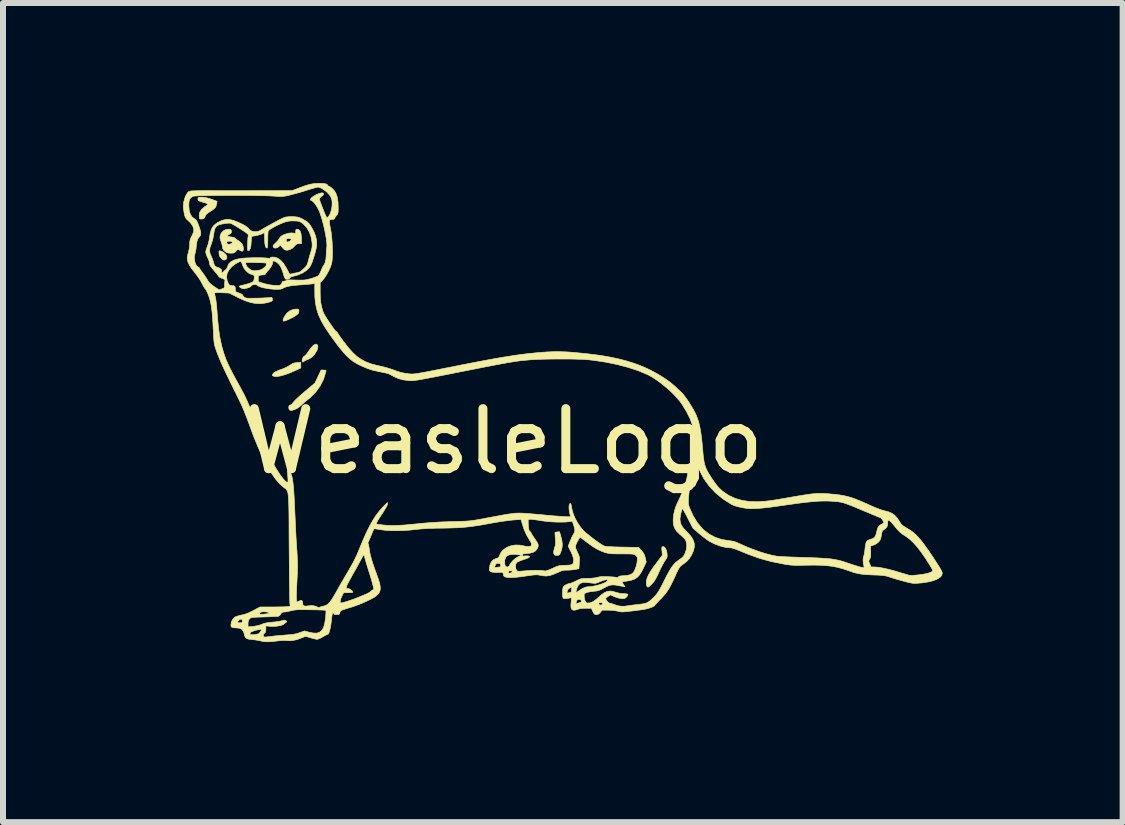
<source format=kicad_pcb>
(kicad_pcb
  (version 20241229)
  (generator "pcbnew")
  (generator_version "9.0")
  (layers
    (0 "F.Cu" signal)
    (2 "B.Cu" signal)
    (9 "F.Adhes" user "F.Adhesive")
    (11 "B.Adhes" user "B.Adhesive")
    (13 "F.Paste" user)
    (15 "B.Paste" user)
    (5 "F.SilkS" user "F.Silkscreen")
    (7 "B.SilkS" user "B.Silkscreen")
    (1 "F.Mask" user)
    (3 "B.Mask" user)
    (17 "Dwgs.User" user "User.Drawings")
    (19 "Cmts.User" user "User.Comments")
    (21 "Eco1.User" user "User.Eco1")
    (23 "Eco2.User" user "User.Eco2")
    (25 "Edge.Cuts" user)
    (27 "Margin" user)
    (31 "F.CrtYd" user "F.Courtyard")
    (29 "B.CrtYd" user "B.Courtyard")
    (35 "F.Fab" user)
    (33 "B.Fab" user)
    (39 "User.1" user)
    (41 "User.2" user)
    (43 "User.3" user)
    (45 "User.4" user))
  (footprint "WeasleLogo"
    (layer "F.Cu")
    (at 6.354 3.804)
    (property "Reference" "WeasleLogo" (at -1 0.5 0) (layer "F.SilkS") (effects (font (size 1 1) (thickness 0.15))))
    (attr through_hole)
    (fp_poly (pts (xy -5.706 -2.663) (xy -5.694 -2.656) (xy -5.659 -2.633) (xy -5.635 -2.604) (xy -5.623 -2.574) (xy -5.624 -2.548) (xy -5.64 -2.53) (xy -5.663 -2.521) (xy -5.682 -2.523) (xy -5.704 -2.538) (xy -5.716 -2.548) (xy -5.74 -2.576) (xy -5.752 -2.609) (xy -5.754 -2.628) (xy -5.756 -2.659) (xy -5.751 -2.674) (xy -5.736 -2.675) (xy -5.706 -2.663)) (stroke (width 0.01) (type solid)) (fill yes) (layer "F.SilkS"))
    (fp_poly (pts (xy -4.442 -1.703) (xy -4.428 -1.698) (xy -4.424 -1.684) (xy -4.424 -1.668) (xy -4.426 -1.647) (xy -4.434 -1.631) (xy -4.452 -1.614) (xy -4.484 -1.591) (xy -4.487 -1.589) (xy -4.525 -1.566) (xy -4.569 -1.544) (xy -4.612 -1.524) (xy -4.65 -1.509) (xy -4.676 -1.503) (xy -4.678 -1.503) (xy -4.687 -1.512) (xy -4.688 -1.521) (xy -4.682 -1.545) (xy -4.665 -1.578) (xy -4.642 -1.613) (xy -4.621 -1.639) (xy -4.576 -1.674) (xy -4.521 -1.697) (xy -4.472 -1.704) (xy -4.442 -1.703)) (stroke (width 0.01) (type solid)) (fill yes) (layer "F.SilkS"))
    (fp_poly (pts (xy -4.116 -1.108) (xy -4.108 -1.082) (xy -4.111 -1.049) (xy -4.123 -1.014) (xy -4.162 -0.951) (xy -4.204 -0.904) (xy -4.249 -0.875) (xy -4.265 -0.869) (xy -4.3 -0.856) (xy -4.329 -0.84) (xy -4.335 -0.835) (xy -4.355 -0.821) (xy -4.366 -0.825) (xy -4.371 -0.851) (xy -4.364 -0.881) (xy -4.348 -0.908) (xy -4.334 -0.919) (xy -4.316 -0.933) (xy -4.291 -0.961) (xy -4.266 -0.996) (xy -4.26 -1.004) (xy -4.219 -1.062) (xy -4.183 -1.1) (xy -4.152 -1.118) (xy -4.133 -1.12) (xy -4.116 -1.108)) (stroke (width 0.01) (type solid)) (fill yes) (layer "F.SilkS"))
    (fp_poly (pts (xy -4.392 -0.723) (xy -4.495 -0.675) (xy -4.571 -0.642) (xy -4.643 -0.615) (xy -4.71 -0.595) (xy -4.767 -0.583) (xy -4.813 -0.579) (xy -4.843 -0.585) (xy -4.844 -0.585) (xy -4.861 -0.595) (xy -4.866 -0.598) (xy -4.865 -0.608) (xy -4.862 -0.617) (xy -4.843 -0.64) (xy -4.804 -0.664) (xy -4.745 -0.69) (xy -4.706 -0.703) (xy -4.658 -0.722) (xy -4.61 -0.746) (xy -4.572 -0.769) (xy -4.57 -0.77) (xy -4.532 -0.794) (xy -4.497 -0.807) (xy -4.455 -0.813) (xy -4.454 -0.813) (xy -4.392 -0.817) (xy -4.392 -0.723)) (stroke (width 0.01) (type solid)) (fill yes) (layer "F.SilkS"))
    (fp_poly (pts (xy -0.057 2.09) (xy -0.04 2.161) (xy -0.034 2.22) (xy -0.039 2.274) (xy -0.055 2.33) (xy -0.056 2.334) (xy -0.07 2.368) (xy -0.081 2.388) (xy -0.094 2.397) (xy -0.114 2.4) (xy -0.116 2.4) (xy -0.145 2.399) (xy -0.166 2.391) (xy -0.167 2.39) (xy -0.178 2.366) (xy -0.177 2.327) (xy -0.166 2.28) (xy -0.161 2.265) (xy -0.152 2.238) (xy -0.148 2.209) (xy -0.147 2.172) (xy -0.15 2.121) (xy -0.151 2.118) (xy -0.154 2.074) (xy -0.156 2.04) (xy -0.156 2.019) (xy -0.156 2.015) (xy -0.145 2.013) (xy -0.121 2.01) (xy -0.117 2.009) (xy -0.081 2.006) (xy -0.057 2.09)) (stroke (width 0.01) (type solid)) (fill yes) (layer "F.SilkS"))
    (fp_poly (pts (xy -3.984 -0.687) (xy -3.973 -0.681) (xy -3.973 -0.667) (xy -3.975 -0.659) (xy -4.012 -0.536) (xy -4.069 -0.423) (xy -4.144 -0.32) (xy -4.237 -0.227) (xy -4.28 -0.193) (xy -4.318 -0.163) (xy -4.354 -0.131) (xy -4.381 -0.105) (xy -4.418 -0.073) (xy -4.459 -0.046) (xy -4.501 -0.027) (xy -4.539 -0.016) (xy -4.568 -0.017) (xy -4.58 -0.023) (xy -4.59 -0.043) (xy -4.593 -0.066) (xy -4.589 -0.09) (xy -4.571 -0.104) (xy -4.561 -0.107) (xy -4.539 -0.118) (xy -4.53 -0.128) (xy -4.53 -0.128) (xy -4.521 -0.145) (xy -4.497 -0.173) (xy -4.458 -0.212) (xy -4.405 -0.261) (xy -4.339 -0.318) (xy -4.301 -0.35) (xy -4.157 -0.471) (xy -4.106 -0.579) (xy -4.054 -0.688) (xy -4.011 -0.688) (xy -3.984 -0.687)) (stroke (width 0.01) (type solid)) (fill yes) (layer "F.SilkS"))
    (fp_poly (pts (xy 1.671 2.264) (xy 1.691 2.293) (xy 1.706 2.339) (xy 1.711 2.375) (xy 1.713 2.408) (xy 1.71 2.432) (xy 1.698 2.456) (xy 1.678 2.485) (xy 1.658 2.517) (xy 1.633 2.562) (xy 1.606 2.614) (xy 1.586 2.657) (xy 1.555 2.725) (xy 1.529 2.776) (xy 1.506 2.816) (xy 1.484 2.847) (xy 1.459 2.875) (xy 1.441 2.892) (xy 1.415 2.916) (xy 1.399 2.927) (xy 1.391 2.929) (xy 1.383 2.924) (xy 1.378 2.919) (xy 1.371 2.902) (xy 1.366 2.871) (xy 1.365 2.852) (xy 1.369 2.813) (xy 1.381 2.771) (xy 1.403 2.723) (xy 1.436 2.667) (xy 1.481 2.6) (xy 1.532 2.531) (xy 1.632 2.397) (xy 1.626 2.326) (xy 1.623 2.288) (xy 1.624 2.267) (xy 1.629 2.257) (xy 1.64 2.254) (xy 1.646 2.254) (xy 1.671 2.264)) (stroke (width 0.01) (type solid)) (fill yes) (layer "F.SilkS"))
    (fp_poly (pts (xy -5.976 -3.562) (xy -5.926 -3.549) (xy -5.875 -3.532) (xy -5.787 -3.5) (xy -5.794 -3.458) (xy -5.802 -3.423) (xy -5.816 -3.396) (xy -5.841 -3.371) (xy -5.879 -3.344) (xy -5.903 -3.329) (xy -5.943 -3.303) (xy -5.967 -3.282) (xy -5.982 -3.26) (xy -5.986 -3.249) (xy -5.998 -3.223) (xy -6.017 -3.21) (xy -6.036 -3.206) (xy -6.065 -3.204) (xy -6.079 -3.212) (xy -6.08 -3.215) (xy -6.083 -3.235) (xy -6.085 -3.265) (xy -6.085 -3.27) (xy -6.075 -3.319) (xy -6.045 -3.365) (xy -5.996 -3.407) (xy -5.987 -3.413) (xy -5.96 -3.432) (xy -5.942 -3.447) (xy -5.937 -3.453) (xy -5.947 -3.459) (xy -5.971 -3.469) (xy -5.998 -3.477) (xy -6.047 -3.491) (xy -6.078 -3.502) (xy -6.096 -3.513) (xy -6.105 -3.525) (xy -6.107 -3.54) (xy -6.103 -3.559) (xy -6.089 -3.566) (xy -6.072 -3.568) (xy -6.023 -3.568) (xy -5.976 -3.562)) (stroke (width 0.01) (type solid)) (fill yes) (layer "F.SilkS"))
    (fp_poly (pts (xy -4.428 -3.03) (xy -4.404 -3.005) (xy -4.389 -2.964) (xy -4.382 -2.904) (xy -4.381 -2.872) (xy -4.381 -2.794) (xy -4.423 -2.794) (xy -4.452 -2.791) (xy -4.474 -2.778) (xy -4.492 -2.757) (xy -4.529 -2.72) (xy -4.573 -2.695) (xy -4.617 -2.684) (xy -4.653 -2.689) (xy -4.674 -2.702) (xy -4.697 -2.726) (xy -4.704 -2.734) (xy -4.732 -2.771) (xy -4.757 -2.745) (xy -4.785 -2.726) (xy -4.815 -2.72) (xy -4.839 -2.725) (xy -4.853 -2.742) (xy -4.853 -2.759) (xy -4.841 -2.778) (xy -4.816 -2.801) (xy -4.785 -2.833) (xy -4.768 -2.853) (xy -4.636 -2.853) (xy -4.631 -2.832) (xy -4.622 -2.823) (xy -4.602 -2.824) (xy -4.578 -2.834) (xy -4.558 -2.85) (xy -4.551 -2.863) (xy -4.558 -2.874) (xy -4.582 -2.878) (xy -4.593 -2.879) (xy -4.62 -2.877) (xy -4.633 -2.87) (xy -4.635 -2.855) (xy -4.636 -2.853) (xy -4.768 -2.853) (xy -4.756 -2.869) (xy -4.747 -2.883) (xy -4.729 -2.909) (xy -4.709 -2.926) (xy -4.68 -2.941) (xy -4.651 -2.952) (xy -4.596 -2.968) (xy -4.549 -2.973) (xy -4.529 -2.971) (xy -4.477 -2.966) (xy -4.477 -3.002) (xy -4.473 -3.028) (xy -4.462 -3.037) (xy -4.46 -3.037) (xy -4.428 -3.03)) (stroke (width 0.01) (type solid)) (fill yes) (layer "F.SilkS"))
    (fp_poly (pts (xy -5.587 -3.036) (xy -5.562 -3.031) (xy -5.551 -3.018) (xy -5.548 -3) (xy -5.549 -2.977) (xy -5.56 -2.962) (xy -5.583 -2.95) (xy -5.605 -2.936) (xy -5.615 -2.925) (xy -5.615 -2.922) (xy -5.602 -2.916) (xy -5.575 -2.909) (xy -5.551 -2.906) (xy -5.519 -2.9) (xy -5.498 -2.894) (xy -5.493 -2.89) (xy -5.484 -2.88) (xy -5.463 -2.864) (xy -5.441 -2.849) (xy -5.409 -2.827) (xy -5.382 -2.803) (xy -5.371 -2.791) (xy -5.356 -2.758) (xy -5.349 -2.722) (xy -5.349 -2.691) (xy -5.354 -2.678) (xy -5.363 -2.669) (xy -5.378 -2.67) (xy -5.404 -2.681) (xy -5.405 -2.682) (xy -5.445 -2.701) (xy -5.472 -2.668) (xy -5.491 -2.649) (xy -5.51 -2.639) (xy -5.538 -2.636) (xy -5.558 -2.635) (xy -5.598 -2.638) (xy -5.628 -2.647) (xy -5.654 -2.664) (xy -5.678 -2.686) (xy -5.691 -2.71) (xy -5.698 -2.745) (xy -5.699 -2.748) (xy -5.707 -2.789) (xy -5.716 -2.818) (xy -5.631 -2.818) (xy -5.624 -2.799) (xy -5.612 -2.788) (xy -5.595 -2.781) (xy -5.575 -2.785) (xy -5.562 -2.791) (xy -5.539 -2.803) (xy -5.525 -2.811) (xy -5.525 -2.812) (xy -5.526 -2.82) (xy -5.542 -2.828) (xy -5.568 -2.834) (xy -5.591 -2.836) (xy -5.62 -2.831) (xy -5.631 -2.818) (xy -5.716 -2.818) (xy -5.72 -2.83) (xy -5.726 -2.843) (xy -5.739 -2.889) (xy -5.734 -2.934) (xy -5.714 -2.976) (xy -5.681 -3.009) (xy -5.638 -3.03) (xy -5.589 -3.036) (xy -5.587 -3.036)) (stroke (width 0.01) (type solid)) (fill yes) (layer "F.SilkS"))
    (fp_poly (pts (xy -4.021 -3.797) (xy -3.977 -3.791) (xy -3.953 -3.781) (xy -3.948 -3.772) (xy -3.939 -3.758) (xy -3.926 -3.752) (xy -3.895 -3.735) (xy -3.861 -3.706) (xy -3.83 -3.672) (xy -3.811 -3.642) (xy -3.786 -3.574) (xy -3.772 -3.489) (xy -3.768 -3.394) (xy -3.769 -3.347) (xy -3.771 -3.316) (xy -3.776 -3.295) (xy -3.786 -3.277) (xy -3.8 -3.26) (xy -3.819 -3.235) (xy -3.83 -3.215) (xy -3.831 -3.21) (xy -3.841 -3.2) (xy -3.866 -3.196) (xy -3.891 -3.195) (xy -3.907 -3.19) (xy -3.916 -3.179) (xy -3.917 -3.157) (xy -3.912 -3.121) (xy -3.902 -3.069) (xy -3.899 -3.053) (xy -3.886 -2.983) (xy -3.877 -2.903) (xy -3.87 -2.818) (xy -3.866 -2.731) (xy -3.864 -2.647) (xy -3.866 -2.571) (xy -3.871 -2.507) (xy -3.879 -2.463) (xy -3.896 -2.411) (xy -3.922 -2.352) (xy -3.954 -2.292) (xy -3.988 -2.237) (xy -4.02 -2.194) (xy -4.03 -2.183) (xy -4.069 -2.144) (xy -4.069 -1.99) (xy -4.068 -1.919) (xy -4.065 -1.863) (xy -4.06 -1.815) (xy -4.051 -1.768) (xy -4.044 -1.736) (xy -4.033 -1.697) (xy -4.023 -1.665) (xy -4.01 -1.634) (xy -3.992 -1.6) (xy -3.967 -1.559) (xy -3.933 -1.507) (xy -3.918 -1.485) (xy -3.884 -1.435) (xy -3.854 -1.392) (xy -3.829 -1.359) (xy -3.812 -1.339) (xy -3.805 -1.333) (xy -3.791 -1.325) (xy -3.781 -1.31) (xy -3.771 -1.293) (xy -3.751 -1.263) (xy -3.723 -1.224) (xy -3.69 -1.178) (xy -3.673 -1.155) (xy -3.597 -1.058) (xy -3.526 -0.979) (xy -3.457 -0.915) (xy -3.384 -0.864) (xy -3.307 -0.824) (xy -3.22 -0.791) (xy -3.12 -0.765) (xy -3.083 -0.757) (xy -3.021 -0.743) (xy -2.955 -0.725) (xy -2.894 -0.706) (xy -2.861 -0.695) (xy -2.789 -0.668) (xy -2.727 -0.649) (xy -2.666 -0.636) (xy -2.598 -0.626) (xy -2.582 -0.625) (xy -2.565 -0.623) (xy -2.548 -0.622) (xy -2.528 -0.622) (xy -2.506 -0.624) (xy -2.477 -0.627) (xy -2.442 -0.632) (xy -2.398 -0.64) (xy -2.343 -0.649) (xy -2.276 -0.662) (xy -2.194 -0.678) (xy -2.097 -0.697) (xy -1.983 -0.72) (xy -1.873 -0.741) (xy -1.69 -0.778) (xy -1.526 -0.81) (xy -1.378 -0.838) (xy -1.245 -0.863) (xy -1.125 -0.884) (xy -1.016 -0.903) (xy -0.915 -0.919) (xy -0.821 -0.934) (xy -0.732 -0.946) (xy -0.646 -0.957) (xy -0.561 -0.966) (xy -0.474 -0.975) (xy -0.429 -0.979) (xy -0.3 -0.989) (xy -0.182 -0.994) (xy -0.069 -0.994) (xy 0.049 -0.99) (xy 0.179 -0.98) (xy 0.185 -0.979) (xy 0.361 -0.962) (xy 0.518 -0.943) (xy 0.661 -0.922) (xy 0.793 -0.898) (xy 0.916 -0.871) (xy 1.034 -0.84) (xy 1.15 -0.804) (xy 1.196 -0.788) (xy 1.315 -0.742) (xy 1.434 -0.687) (xy 1.55 -0.624) (xy 1.66 -0.557) (xy 1.758 -0.488) (xy 1.842 -0.418) (xy 1.889 -0.372) (xy 1.903 -0.359) (xy 1.927 -0.338) (xy 1.938 -0.328) (xy 1.967 -0.3) (xy 2.002 -0.255) (xy 2.043 -0.199) (xy 2.086 -0.134) (xy 2.129 -0.064) (xy 2.157 -0.016) (xy 2.189 0.046) (xy 2.216 0.112) (xy 2.239 0.183) (xy 2.258 0.264) (xy 2.274 0.357) (xy 2.288 0.465) (xy 2.301 0.591) (xy 2.302 0.609) (xy 2.31 0.7) (xy 2.318 0.774) (xy 2.327 0.835) (xy 2.338 0.885) (xy 2.352 0.93) (xy 2.37 0.973) (xy 2.394 1.018) (xy 2.425 1.068) (xy 2.452 1.11) (xy 2.5 1.181) (xy 2.543 1.238) (xy 2.584 1.284) (xy 2.628 1.323) (xy 2.646 1.338) (xy 2.741 1.402) (xy 2.845 1.45) (xy 2.96 1.484) (xy 3.086 1.502) (xy 3.225 1.506) (xy 3.377 1.495) (xy 3.498 1.478) (xy 3.566 1.467) (xy 3.647 1.453) (xy 3.734 1.438) (xy 3.82 1.423) (xy 3.879 1.413) (xy 3.98 1.396) (xy 4.066 1.383) (xy 4.139 1.374) (xy 4.204 1.369) (xy 4.266 1.368) (xy 4.329 1.369) (xy 4.396 1.373) (xy 4.419 1.375) (xy 4.509 1.384) (xy 4.587 1.393) (xy 4.657 1.405) (xy 4.722 1.42) (xy 4.788 1.439) (xy 4.857 1.464) (xy 4.935 1.496) (xy 5.025 1.535) (xy 5.089 1.564) (xy 5.157 1.594) (xy 5.223 1.621) (xy 5.281 1.642) (xy 5.326 1.655) (xy 5.331 1.656) (xy 5.402 1.675) (xy 5.457 1.698) (xy 5.502 1.73) (xy 5.542 1.774) (xy 5.582 1.834) (xy 5.588 1.843) (xy 5.606 1.871) (xy 5.626 1.894) (xy 5.653 1.914) (xy 5.691 1.938) (xy 5.717 1.953) (xy 5.763 1.981) (xy 5.807 2.013) (xy 5.851 2.051) (xy 5.896 2.097) (xy 5.944 2.153) (xy 5.996 2.22) (xy 6.053 2.3) (xy 6.119 2.395) (xy 6.185 2.496) (xy 6.232 2.569) (xy 6.266 2.625) (xy 6.287 2.666) (xy 6.297 2.692) (xy 6.297 2.697) (xy 6.287 2.735) (xy 6.257 2.768) (xy 6.208 2.798) (xy 6.141 2.823) (xy 6.058 2.843) (xy 5.96 2.858) (xy 5.899 2.863) (xy 5.861 2.866) (xy 5.829 2.866) (xy 5.799 2.864) (xy 5.766 2.858) (xy 5.724 2.849) (xy 5.669 2.834) (xy 5.643 2.827) (xy 5.581 2.81) (xy 5.519 2.792) (xy 5.464 2.775) (xy 5.422 2.762) (xy 5.411 2.758) (xy 5.38 2.748) (xy 5.348 2.741) (xy 5.311 2.735) (xy 5.264 2.731) (xy 5.203 2.728) (xy 5.165 2.727) (xy 5.075 2.723) (xy 5.002 2.718) (xy 4.94 2.711) (xy 4.886 2.701) (xy 4.833 2.688) (xy 4.779 2.67) (xy 4.739 2.656) (xy 4.65 2.626) (xy 4.563 2.602) (xy 4.475 2.584) (xy 4.381 2.572) (xy 4.279 2.565) (xy 4.163 2.562) (xy 4.031 2.564) (xy 4.022 2.564) (xy 3.945 2.566) (xy 3.884 2.567) (xy 3.833 2.566) (xy 3.789 2.563) (xy 3.746 2.559) (xy 3.698 2.552) (xy 3.651 2.544) (xy 3.45 2.504) (xy 3.256 2.451) (xy 3.063 2.382) (xy 2.917 2.322) (xy 2.866 2.301) (xy 2.82 2.285) (xy 2.786 2.276) (xy 2.774 2.275) (xy 2.686 2.267) (xy 2.591 2.243) (xy 2.493 2.205) (xy 2.414 2.164) (xy 2.382 2.143) (xy 2.341 2.112) (xy 2.294 2.076) (xy 2.249 2.039) (xy 2.143 1.948) (xy 2.058 1.784) (xy 2.031 1.731) (xy 2.006 1.685) (xy 1.986 1.649) (xy 1.972 1.626) (xy 1.967 1.619) (xy 1.961 1.629) (xy 1.953 1.653) (xy 1.944 1.688) (xy 1.936 1.726) (xy 1.93 1.762) (xy 1.926 1.791) (xy 1.926 1.797) (xy 1.932 1.849) (xy 1.949 1.897) (xy 1.982 1.945) (xy 2.031 1.996) (xy 2.034 1.999) (xy 2.091 2.059) (xy 2.132 2.115) (xy 2.156 2.17) (xy 2.165 2.208) (xy 2.165 2.264) (xy 2.149 2.327) (xy 2.121 2.39) (xy 2.083 2.451) (xy 2.038 2.502) (xy 1.998 2.533) (xy 1.967 2.554) (xy 1.943 2.573) (xy 1.924 2.593) (xy 1.906 2.62) (xy 1.887 2.656) (xy 1.863 2.706) (xy 1.849 2.739) (xy 1.808 2.827) (xy 1.772 2.899) (xy 1.739 2.959) (xy 1.705 3.01) (xy 1.668 3.057) (xy 1.626 3.104) (xy 1.601 3.13) (xy 1.564 3.167) (xy 1.534 3.2) (xy 1.513 3.224) (xy 1.503 3.236) (xy 1.503 3.237) (xy 1.493 3.247) (xy 1.468 3.259) (xy 1.432 3.273) (xy 1.39 3.286) (xy 1.347 3.296) (xy 1.32 3.301) (xy 1.284 3.307) (xy 1.234 3.313) (xy 1.175 3.321) (xy 1.114 3.328) (xy 1.106 3.329) (xy 1.046 3.336) (xy 1.002 3.34) (xy 0.969 3.342) (xy 0.942 3.34) (xy 0.917 3.336) (xy 0.891 3.33) (xy 0.844 3.321) (xy 0.785 3.315) (xy 0.726 3.313) (xy 0.627 3.313) (xy 0.599 3.35) (xy 0.576 3.375) (xy 0.552 3.385) (xy 0.534 3.387) (xy 0.513 3.385) (xy 0.498 3.376) (xy 0.485 3.356) (xy 0.474 3.334) (xy 0.45 3.281) (xy 0.359 3.281) (xy 0.298 3.283) (xy 0.251 3.29) (xy 0.229 3.297) (xy 0.181 3.312) (xy 0.145 3.313) (xy 0.122 3.297) (xy 0.11 3.264) (xy 0.109 3.214) (xy 0.11 3.207) (xy 0.572 3.207) (xy 0.58 3.224) (xy 0.602 3.228) (xy 0.628 3.222) (xy 0.64 3.211) (xy 0.636 3.198) (xy 0.619 3.188) (xy 0.602 3.186) (xy 0.579 3.189) (xy 0.572 3.202) (xy 0.572 3.207) (xy 0.11 3.207) (xy 0.111 3.195) (xy 0.194 3.195) (xy 0.197 3.203) (xy 0.211 3.202) (xy 0.239 3.193) (xy 0.262 3.184) (xy 0.281 3.176) (xy 0.284 3.165) (xy 0.279 3.149) (xy 0.265 3.137) (xy 0.24 3.133) (xy 0.216 3.14) (xy 0.216 3.141) (xy 0.205 3.156) (xy 0.197 3.178) (xy 0.194 3.195) (xy 0.111 3.195) (xy 0.112 3.18) (xy 0.117 3.139) (xy 0.118 3.115) (xy 0.114 3.106) (xy 0.109 3.106) (xy 0.091 3.11) (xy 0.061 3.115) (xy 0.041 3.118) (xy 0.006 3.121) (xy -0.014 3.117) (xy -0.022 3.11) (xy -0.028 3.09) (xy -0.031 3.055) (xy -0.031 3.02) (xy 0.043 3.02) (xy 0.049 3.027) (xy 0.07 3.024) (xy 0.074 3.023) (xy 0.099 3.018) (xy 0.111 3.014) (xy 0.112 3.013) (xy 0.113 3.008) (xy 0.194 3.008) (xy 0.201 3.015) (xy 0.219 3.006) (xy 0.244 2.989) (xy 0.304 2.95) (xy 0.359 2.928) (xy 0.41 2.921) (xy 0.456 2.917) (xy 0.508 2.908) (xy 0.562 2.895) (xy 0.614 2.879) (xy 0.66 2.861) (xy 0.695 2.843) (xy 0.715 2.826) (xy 0.718 2.82) (xy 0.717 2.808) (xy 0.705 2.805) (xy 0.684 2.808) (xy 0.654 2.815) (xy 0.614 2.829) (xy 0.583 2.842) (xy 0.552 2.856) (xy 0.527 2.863) (xy 0.503 2.866) (xy 0.472 2.863) (xy 0.429 2.858) (xy 0.358 2.85) (xy 0.304 2.853) (xy 0.264 2.867) (xy 0.235 2.893) (xy 0.213 2.934) (xy 0.197 2.987) (xy 0.194 3.008) (xy 0.113 3.008) (xy 0.114 3.002) (xy 0.118 2.978) (xy 0.12 2.971) (xy 0.123 2.945) (xy 0.119 2.935) (xy 0.106 2.936) (xy 0.103 2.937) (xy 0.071 2.954) (xy 0.052 2.983) (xy 0.047 2.999) (xy 0.043 3.02) (xy -0.031 3.02) (xy -0.031 3.014) (xy -0.029 2.973) (xy -0.024 2.94) (xy -0.02 2.927) (xy -0.001 2.906) (xy 0.03 2.887) (xy 0.065 2.873) (xy 0.093 2.868) (xy 0.11 2.863) (xy 0.141 2.851) (xy 0.179 2.834) (xy 0.195 2.826) (xy 0.234 2.806) (xy 0.264 2.794) (xy 0.293 2.787) (xy 0.326 2.784) (xy 0.372 2.783) (xy 0.384 2.783) (xy 0.457 2.781) (xy 0.519 2.773) (xy 0.549 2.766) (xy 0.582 2.758) (xy 0.619 2.754) (xy 0.664 2.753) (xy 0.724 2.754) (xy 0.735 2.755) (xy 0.787 2.758) (xy 0.831 2.761) (xy 0.865 2.765) (xy 0.881 2.768) (xy 0.897 2.768) (xy 0.9 2.759) (xy 0.904 2.751) (xy 0.921 2.745) (xy 0.953 2.741) (xy 0.987 2.739) (xy 1.05 2.733) (xy 1.097 2.722) (xy 1.13 2.704) (xy 1.156 2.676) (xy 1.177 2.635) (xy 1.181 2.626) (xy 1.197 2.578) (xy 1.209 2.528) (xy 1.214 2.492) (xy 1.216 2.456) (xy 1.214 2.433) (xy 1.205 2.417) (xy 1.191 2.402) (xy 1.181 2.393) (xy 1.17 2.387) (xy 1.156 2.382) (xy 1.135 2.379) (xy 1.105 2.377) (xy 1.061 2.376) (xy 1.002 2.375) (xy 0.954 2.375) (xy 0.88 2.375) (xy 0.824 2.374) (xy 0.78 2.372) (xy 0.746 2.368) (xy 0.718 2.363) (xy 0.691 2.356) (xy 0.672 2.351) (xy 0.607 2.326) (xy 0.542 2.295) (xy 0.474 2.253) (xy 0.399 2.2) (xy 0.366 2.175) (xy 0.261 2.095) (xy 0.231 2.145) (xy 0.205 2.192) (xy 0.19 2.227) (xy 0.186 2.258) (xy 0.192 2.29) (xy 0.209 2.33) (xy 0.217 2.347) (xy 0.235 2.387) (xy 0.246 2.415) (xy 0.251 2.442) (xy 0.252 2.473) (xy 0.249 2.516) (xy 0.249 2.525) (xy 0.242 2.622) (xy 0.183 2.634) (xy 0.14 2.64) (xy 0.088 2.645) (xy 0.047 2.646) (xy 0.007 2.647) (xy -0.026 2.652) (xy -0.059 2.662) (xy -0.1 2.68) (xy -0.118 2.688) (xy -0.191 2.719) (xy -0.252 2.738) (xy -0.307 2.744) (xy -0.356 2.739) (xy -0.396 2.733) (xy -0.434 2.726) (xy -0.445 2.724) (xy -0.469 2.724) (xy -0.509 2.726) (xy -0.559 2.732) (xy -0.613 2.74) (xy -0.616 2.74) (xy -0.731 2.757) (xy -0.826 2.767) (xy -0.902 2.77) (xy -0.958 2.767) (xy -0.996 2.756) (xy -1.014 2.738) (xy -1.016 2.727) (xy -1.019 2.701) (xy -1.031 2.686) (xy -1.056 2.681) (xy -1.097 2.683) (xy -1.148 2.685) (xy -1.195 2.68) (xy -1.204 2.678) (xy -1.206 2.678) (xy -0.931 2.678) (xy -0.929 2.693) (xy -0.919 2.698) (xy -0.896 2.693) (xy -0.892 2.692) (xy -0.871 2.681) (xy -0.869 2.668) (xy -0.884 2.658) (xy -0.9 2.656) (xy -0.923 2.66) (xy -0.931 2.672) (xy -0.931 2.678) (xy -1.206 2.678) (xy -1.232 2.669) (xy -1.245 2.658) (xy -1.249 2.639) (xy -1.249 2.627) (xy -1.245 2.598) (xy -1.162 2.598) (xy -1.155 2.603) (xy -1.132 2.6) (xy -1.132 2.6) (xy -1.102 2.595) (xy -1.077 2.593) (xy -1.063 2.588) (xy -1.06 2.571) (xy -1.06 2.564) (xy -1.067 2.542) (xy -1.084 2.533) (xy -1.096 2.532) (xy -1.126 2.534) (xy -1.146 2.552) (xy -1.159 2.581) (xy -1.162 2.598) (xy -1.245 2.598) (xy -1.241 2.563) (xy -1.219 2.511) (xy -1.214 2.506) (xy -0.995 2.506) (xy -0.992 2.551) (xy -0.984 2.578) (xy -0.969 2.59) (xy -0.952 2.593) (xy -0.93 2.588) (xy -0.928 2.586) (xy -0.815 2.586) (xy -0.808 2.625) (xy -0.798 2.645) (xy -0.786 2.659) (xy -0.771 2.665) (xy -0.746 2.665) (xy -0.721 2.663) (xy -0.685 2.66) (xy -0.636 2.656) (xy -0.58 2.652) (xy -0.54 2.65) (xy -0.484 2.648) (xy -0.431 2.649) (xy -0.386 2.651) (xy -0.362 2.654) (xy -0.336 2.658) (xy -0.315 2.659) (xy -0.293 2.655) (xy -0.265 2.645) (xy -0.225 2.628) (xy -0.198 2.616) (xy -0.149 2.594) (xy -0.113 2.58) (xy -0.081 2.571) (xy -0.048 2.567) (xy -0.006 2.565) (xy 0.015 2.565) (xy 0.071 2.563) (xy 0.11 2.557) (xy 0.135 2.547) (xy 0.147 2.529) (xy 0.152 2.501) (xy 0.152 2.474) (xy 0.147 2.436) (xy 0.134 2.394) (xy 0.111 2.343) (xy 0.107 2.334) (xy 0.063 2.249) (xy 0.095 2.165) (xy 0.113 2.123) (xy 0.13 2.085) (xy 0.145 2.058) (xy 0.147 2.054) (xy 0.166 2.023) (xy 0.174 1.993) (xy 0.172 1.96) (xy 0.16 1.914) (xy 0.157 1.904) (xy 0.132 1.83) (xy 0.079 1.838) (xy 0.023 1.844) (xy -0.049 1.846) (xy -0.13 1.845) (xy -0.215 1.841) (xy -0.297 1.834) (xy -0.372 1.824) (xy -0.387 1.822) (xy -0.442 1.813) (xy -0.493 1.806) (xy -0.534 1.801) (xy -0.559 1.799) (xy -0.603 1.799) (xy -0.603 1.844) (xy -0.601 1.896) (xy -0.597 1.941) (xy -0.59 1.976) (xy -0.582 1.997) (xy -0.577 2) (xy -0.564 2.009) (xy -0.551 2.031) (xy -0.549 2.035) (xy -0.536 2.06) (xy -0.514 2.094) (xy -0.487 2.132) (xy -0.485 2.136) (xy -0.454 2.181) (xy -0.438 2.217) (xy -0.436 2.249) (xy -0.448 2.281) (xy -0.455 2.293) (xy -0.482 2.326) (xy -0.521 2.349) (xy -0.574 2.363) (xy -0.62 2.368) (xy -0.661 2.372) (xy -0.684 2.376) (xy -0.695 2.383) (xy -0.698 2.393) (xy -0.699 2.395) (xy -0.695 2.409) (xy -0.682 2.412) (xy -0.664 2.41) (xy -0.629 2.408) (xy -0.6 2.41) (xy -0.581 2.417) (xy -0.582 2.428) (xy -0.603 2.442) (xy -0.645 2.459) (xy -0.684 2.471) (xy -0.727 2.486) (xy -0.764 2.502) (xy -0.79 2.515) (xy -0.794 2.519) (xy -0.81 2.548) (xy -0.815 2.586) (xy -0.928 2.586) (xy -0.916 2.571) (xy -0.911 2.559) (xy -0.891 2.525) (xy -0.858 2.487) (xy -0.817 2.452) (xy -0.775 2.425) (xy -0.753 2.415) (xy -0.704 2.398) (xy -0.762 2.389) (xy -0.815 2.384) (xy -0.868 2.385) (xy -0.914 2.391) (xy -0.948 2.402) (xy -0.95 2.404) (xy -0.978 2.433) (xy -0.993 2.477) (xy -0.995 2.506) (xy -1.214 2.506) (xy -1.183 2.473) (xy -1.136 2.451) (xy -1.128 2.45) (xy -1.104 2.442) (xy -1.09 2.426) (xy -1.08 2.401) (xy -1.054 2.347) (xy -1.01 2.301) (xy -0.954 2.264) (xy -0.888 2.239) (xy -0.816 2.227) (xy -0.742 2.229) (xy -0.7 2.237) (xy -0.639 2.25) (xy -0.595 2.254) (xy -0.566 2.248) (xy -0.55 2.232) (xy -0.546 2.218) (xy -0.549 2.201) (xy -0.562 2.175) (xy -0.581 2.145) (xy -0.632 2.057) (xy -0.672 1.967) (xy -0.699 1.884) (xy -0.723 1.802) (xy -0.793 1.806) (xy -0.858 1.811) (xy -0.924 1.818) (xy -0.993 1.827) (xy -1.07 1.838) (xy -1.158 1.853) (xy -1.261 1.871) (xy -1.308 1.88) (xy -1.41 1.898) (xy -1.504 1.912) (xy -1.595 1.924) (xy -1.685 1.933) (xy -1.781 1.939) (xy -1.885 1.943) (xy -2.002 1.946) (xy -2.127 1.947) (xy -2.264 1.951) (xy -2.396 1.96) (xy -2.471 1.968) (xy -2.575 1.979) (xy -2.683 1.986) (xy -2.79 1.989) (xy -2.892 1.988) (xy -2.984 1.982) (xy -3.055 1.973) (xy -3.098 1.966) (xy -3.134 1.96) (xy -3.158 1.956) (xy -3.163 1.955) (xy -3.174 1.963) (xy -3.189 1.99) (xy -3.206 2.032) (xy -3.224 2.077) (xy -3.242 2.121) (xy -3.257 2.155) (xy -3.258 2.156) (xy -3.27 2.182) (xy -3.274 2.199) (xy -3.272 2.201) (xy -3.267 2.211) (xy -3.261 2.237) (xy -3.254 2.275) (xy -3.251 2.294) (xy -3.243 2.349) (xy -3.231 2.404) (xy -3.214 2.465) (xy -3.193 2.534) (xy -3.165 2.615) (xy -3.13 2.712) (xy -3.127 2.72) (xy -3.097 2.803) (xy -3.077 2.871) (xy -3.068 2.926) (xy -3.068 2.97) (xy -3.079 3.008) (xy -3.1 3.041) (xy -3.132 3.072) (xy -3.135 3.075) (xy -3.167 3.097) (xy -3.215 3.124) (xy -3.274 3.153) (xy -3.341 3.184) (xy -3.411 3.213) (xy -3.48 3.239) (xy -3.543 3.261) (xy -3.554 3.264) (xy -3.618 3.283) (xy -3.665 3.298) (xy -3.697 3.309) (xy -3.718 3.319) (xy -3.73 3.328) (xy -3.737 3.338) (xy -3.74 3.351) (xy -3.741 3.354) (xy -3.747 3.374) (xy -3.759 3.384) (xy -3.782 3.387) (xy -3.795 3.387) (xy -3.826 3.385) (xy -3.84 3.377) (xy -3.842 3.371) (xy -3.849 3.357) (xy -3.855 3.355) (xy -3.863 3.363) (xy -3.869 3.387) (xy -3.876 3.43) (xy -3.881 3.479) (xy -3.89 3.546) (xy -3.9 3.606) (xy -3.912 3.656) (xy -3.924 3.692) (xy -3.936 3.712) (xy -3.942 3.715) (xy -3.956 3.72) (xy -3.983 3.733) (xy -4.017 3.752) (xy -4.026 3.757) (xy -4.063 3.777) (xy -4.096 3.792) (xy -4.118 3.799) (xy -4.121 3.799) (xy -4.141 3.796) (xy -4.175 3.788) (xy -4.216 3.777) (xy -4.227 3.774) (xy -4.311 3.748) (xy -4.375 3.774) (xy -4.457 3.804) (xy -4.528 3.819) (xy -4.592 3.822) (xy -4.618 3.82) (xy -4.672 3.817) (xy -4.743 3.821) (xy -4.792 3.827) (xy -4.873 3.836) (xy -4.937 3.84) (xy -4.991 3.838) (xy -5.039 3.831) (xy -5.064 3.824) (xy -5.102 3.816) (xy -5.15 3.809) (xy -5.199 3.803) (xy -5.202 3.803) (xy -5.255 3.797) (xy -5.29 3.787) (xy -5.312 3.771) (xy -5.325 3.747) (xy -5.33 3.727) (xy -5.336 3.704) (xy -5.24 3.704) (xy -5.237 3.718) (xy -5.216 3.723) (xy -5.178 3.721) (xy -5.141 3.716) (xy -5.111 3.711) (xy -5.098 3.708) (xy -5.084 3.697) (xy -5.068 3.677) (xy -5.055 3.655) (xy -5.05 3.638) (xy -5.051 3.634) (xy -5.065 3.633) (xy -5.092 3.637) (xy -5.128 3.645) (xy -5.165 3.655) (xy -5.197 3.666) (xy -5.22 3.676) (xy -5.226 3.681) (xy -5.24 3.704) (xy -5.336 3.704) (xy -5.345 3.672) (xy -5.37 3.636) (xy -5.406 3.615) (xy -5.455 3.609) (xy -5.492 3.607) (xy -5.523 3.602) (xy -5.545 3.595) (xy -5.555 3.582) (xy -5.556 3.557) (xy -5.553 3.537) (xy -5.271 3.537) (xy -5.271 3.591) (xy -5.194 3.585) (xy -5.099 3.569) (xy -5.048 3.551) (xy -5.003 3.534) (xy -4.956 3.523) (xy -4.897 3.515) (xy -4.868 3.513) (xy -4.816 3.508) (xy -4.765 3.501) (xy -4.724 3.493) (xy -4.707 3.489) (xy -4.676 3.48) (xy -4.656 3.48) (xy -4.642 3.486) (xy -4.639 3.489) (xy -4.626 3.501) (xy -4.63 3.51) (xy -4.64 3.517) (xy -4.664 3.535) (xy -4.679 3.548) (xy -4.704 3.561) (xy -4.744 3.572) (xy -4.793 3.58) (xy -4.847 3.584) (xy -4.898 3.583) (xy -4.908 3.582) (xy -4.974 3.575) (xy -4.974 3.629) (xy -4.976 3.663) (xy -4.983 3.683) (xy -4.995 3.694) (xy -5.01 3.71) (xy -5.016 3.732) (xy -5.013 3.752) (xy -5.004 3.759) (xy -4.989 3.76) (xy -4.958 3.758) (xy -4.916 3.753) (xy -4.885 3.749) (xy -4.831 3.743) (xy -4.764 3.736) (xy -4.694 3.731) (xy -4.636 3.726) (xy -4.568 3.721) (xy -4.515 3.715) (xy -4.471 3.706) (xy -4.429 3.694) (xy -4.411 3.688) (xy -4.33 3.659) (xy -4.263 3.678) (xy -4.19 3.693) (xy -4.131 3.696) (xy -4.082 3.683) (xy -4.045 3.654) (xy -4.016 3.609) (xy -3.996 3.545) (xy -3.982 3.462) (xy -3.979 3.433) (xy -3.975 3.386) (xy -3.973 3.348) (xy -3.972 3.323) (xy -3.973 3.315) (xy -3.985 3.314) (xy -4.015 3.312) (xy -4.059 3.31) (xy -4.116 3.308) (xy -4.182 3.307) (xy -4.225 3.306) (xy -4.306 3.305) (xy -4.369 3.304) (xy -4.419 3.305) (xy -4.457 3.306) (xy -4.489 3.31) (xy -4.518 3.314) (xy -4.546 3.321) (xy -4.555 3.323) (xy -4.6 3.333) (xy -4.641 3.341) (xy -4.671 3.344) (xy -4.674 3.344) (xy -4.702 3.349) (xy -4.72 3.366) (xy -4.725 3.375) (xy -4.741 3.398) (xy -4.759 3.412) (xy -4.774 3.415) (xy -4.808 3.417) (xy -4.855 3.42) (xy -4.914 3.423) (xy -4.98 3.425) (xy -5 3.426) (xy -5.074 3.428) (xy -5.13 3.43) (xy -5.171 3.432) (xy -5.199 3.435) (xy -5.218 3.439) (xy -5.231 3.444) (xy -5.24 3.451) (xy -5.247 3.458) (xy -5.263 3.481) (xy -5.27 3.512) (xy -5.271 3.537) (xy -5.553 3.537) (xy -5.549 3.518) (xy -5.447 3.518) (xy -5.429 3.523) (xy -5.408 3.524) (xy -5.381 3.523) (xy -5.369 3.516) (xy -5.366 3.499) (xy -5.366 3.493) (xy -5.371 3.468) (xy -5.387 3.461) (xy -5.412 3.472) (xy -5.426 3.484) (xy -5.446 3.505) (xy -5.447 3.518) (xy -5.549 3.518) (xy -5.548 3.508) (xy -5.525 3.463) (xy -5.492 3.43) (xy -5.487 3.427) (xy -5.461 3.416) (xy -5.421 3.404) (xy -5.377 3.393) (xy -5.372 3.393) (xy -5.317 3.379) (xy -5.283 3.366) (xy -5.08 3.366) (xy -5.078 3.375) (xy -5.068 3.38) (xy -5.045 3.381) (xy -5.009 3.379) (xy -4.97 3.375) (xy -4.938 3.37) (xy -4.922 3.365) (xy -4.918 3.358) (xy -4.931 3.35) (xy -4.955 3.344) (xy -4.985 3.34) (xy -5.017 3.339) (xy -5.034 3.341) (xy -5.065 3.348) (xy -5.078 3.358) (xy -5.08 3.366) (xy -5.283 3.366) (xy -5.259 3.357) (xy -5.194 3.325) (xy -5.181 3.318) (xy -5.072 3.26) (xy -4.856 3.26) (xy -4.788 3.259) (xy -4.725 3.258) (xy -4.671 3.257) (xy -4.629 3.255) (xy -4.604 3.253) (xy -4.602 3.253) (xy -4.577 3.248) (xy -4.568 3.239) (xy -4.571 3.222) (xy -4.572 3.219) (xy -4.574 3.204) (xy -4.575 3.17) (xy -4.577 3.118) (xy -4.578 3.049) (xy -4.579 2.966) (xy -4.581 2.869) (xy -4.582 2.761) (xy -4.583 2.643) (xy -4.584 2.517) (xy -4.585 2.383) (xy -4.586 2.286) (xy -4.587 2.122) (xy -4.588 1.978) (xy -4.588 1.853) (xy -4.589 1.744) (xy -4.59 1.652) (xy -4.592 1.573) (xy -4.594 1.508) (xy -4.596 1.454) (xy -4.6 1.411) (xy -4.604 1.377) (xy -4.609 1.35) (xy -4.615 1.33) (xy -4.623 1.314) (xy -4.632 1.303) (xy -4.642 1.293) (xy -4.653 1.284) (xy -4.667 1.274) (xy -4.675 1.268) (xy -4.744 1.208) (xy -4.814 1.126) (xy -4.885 1.024) (xy -4.957 0.903) (xy -5.029 0.762) (xy -5.102 0.601) (xy -5.176 0.422) (xy -5.243 0.24) (xy -5.276 0.15) (xy -5.306 0.072) (xy -5.334 0.001) (xy -5.363 -0.068) (xy -5.395 -0.139) (xy -5.433 -0.217) (xy -5.477 -0.308) (xy -5.497 -0.347) (xy -5.562 -0.479) (xy -5.618 -0.594) (xy -5.666 -0.695) (xy -5.707 -0.784) (xy -5.741 -0.863) (xy -5.77 -0.934) (xy -5.795 -1) (xy -5.803 -1.022) (xy -5.814 -1.056) (xy -5.824 -1.086) (xy -5.831 -1.114) (xy -5.836 -1.145) (xy -5.84 -1.183) (xy -5.844 -1.23) (xy -5.847 -1.291) (xy -5.851 -1.368) (xy -5.852 -1.375) (xy -5.857 -1.481) (xy -5.863 -1.569) (xy -5.869 -1.642) (xy -5.876 -1.704) (xy -5.883 -1.757) (xy -5.893 -1.805) (xy -5.904 -1.851) (xy -5.906 -1.861) (xy -5.921 -1.909) (xy -5.939 -1.956) (xy -5.946 -1.972) (xy -5.831 -1.972) (xy -5.829 -1.958) (xy -5.822 -1.93) (xy -5.816 -1.905) (xy -5.809 -1.873) (xy -5.803 -1.826) (xy -5.796 -1.769) (xy -5.791 -1.707) (xy -5.789 -1.683) (xy -5.779 -1.551) (xy -5.768 -1.437) (xy -5.756 -1.336) (xy -5.743 -1.246) (xy -5.726 -1.163) (xy -5.708 -1.082) (xy -5.699 -1.051) (xy -5.68 -0.985) (xy -5.659 -0.921) (xy -5.635 -0.857) (xy -5.605 -0.789) (xy -5.569 -0.714) (xy -5.525 -0.629) (xy -5.472 -0.53) (xy -5.445 -0.482) (xy -5.409 -0.415) (xy -5.378 -0.358) (xy -5.351 -0.308) (xy -5.327 -0.261) (xy -5.305 -0.214) (xy -5.283 -0.166) (xy -5.26 -0.112) (xy -5.235 -0.051) (xy -5.206 0.021) (xy -5.173 0.106) (xy -5.134 0.207) (xy -5.123 0.236) (xy -5.071 0.371) (xy -5.025 0.488) (xy -4.983 0.589) (xy -4.945 0.678) (xy -4.908 0.756) (xy -4.874 0.827) (xy -4.839 0.892) (xy -4.803 0.954) (xy -4.764 1.015) (xy -4.745 1.044) (xy -4.708 1.097) (xy -4.672 1.14) (xy -4.642 1.17) (xy -4.618 1.184) (xy -4.612 1.185) (xy -4.607 1.176) (xy -4.605 1.146) (xy -4.608 1.096) (xy -4.608 1.09) (xy -4.616 0.995) (xy -4.589 1.007) (xy -4.574 1.017) (xy -4.561 1.033) (xy -4.549 1.057) (xy -4.539 1.09) (xy -4.53 1.134) (xy -4.522 1.19) (xy -4.514 1.259) (xy -4.508 1.343) (xy -4.502 1.443) (xy -4.496 1.561) (xy -4.49 1.698) (xy -4.487 1.762) (xy -4.483 1.856) (xy -4.478 1.961) (xy -4.473 2.07) (xy -4.467 2.175) (xy -4.461 2.268) (xy -4.459 2.291) (xy -4.453 2.384) (xy -4.449 2.462) (xy -4.447 2.531) (xy -4.447 2.599) (xy -4.449 2.673) (xy -4.452 2.757) (xy -4.454 2.794) (xy -4.459 2.895) (xy -4.463 2.976) (xy -4.465 3.04) (xy -4.466 3.089) (xy -4.466 3.125) (xy -4.464 3.149) (xy -4.461 3.165) (xy -4.457 3.172) (xy -4.451 3.175) (xy -4.45 3.175) (xy -4.428 3.168) (xy -4.418 3.16) (xy -4.396 3.15) (xy -4.382 3.151) (xy -4.367 3.16) (xy -4.361 3.18) (xy -4.36 3.196) (xy -4.356 3.225) (xy -4.341 3.241) (xy -4.312 3.246) (xy -4.267 3.241) (xy -4.26 3.24) (xy -4.199 3.236) (xy -4.144 3.247) (xy -4.121 3.258) (xy -4.098 3.268) (xy -4.08 3.267) (xy -4.067 3.26) (xy -4.044 3.252) (xy -4.013 3.245) (xy -4.008 3.244) (xy -3.975 3.234) (xy -3.943 3.214) (xy -3.91 3.181) (xy -3.899 3.166) (xy -3.736 3.166) (xy -3.734 3.186) (xy -3.724 3.192) (xy -3.702 3.19) (xy -3.677 3.183) (xy -3.638 3.172) (xy -3.592 3.157) (xy -3.567 3.149) (xy -3.492 3.122) (xy -3.42 3.094) (xy -3.355 3.067) (xy -3.299 3.043) (xy -3.256 3.021) (xy -3.228 3.004) (xy -3.219 2.995) (xy -3.202 2.979) (xy -3.19 2.974) (xy -3.176 2.969) (xy -3.175 2.966) (xy -3.179 2.943) (xy -3.188 2.904) (xy -3.202 2.852) (xy -3.219 2.79) (xy -3.24 2.722) (xy -3.259 2.662) (xy -3.278 2.602) (xy -3.295 2.545) (xy -3.31 2.495) (xy -3.32 2.458) (xy -3.323 2.447) (xy -3.331 2.417) (xy -3.339 2.396) (xy -3.343 2.392) (xy -3.352 2.401) (xy -3.365 2.423) (xy -3.375 2.442) (xy -3.388 2.468) (xy -3.41 2.508) (xy -3.437 2.558) (xy -3.468 2.614) (xy -3.492 2.656) (xy -3.538 2.738) (xy -3.574 2.803) (xy -3.601 2.853) (xy -3.62 2.891) (xy -3.63 2.918) (xy -3.634 2.935) (xy -3.631 2.946) (xy -3.622 2.951) (xy -3.609 2.953) (xy -3.603 2.953) (xy -3.58 2.959) (xy -3.555 2.976) (xy -3.534 2.995) (xy -3.524 3.013) (xy -3.524 3.014) (xy -3.534 3.018) (xy -3.56 3.021) (xy -3.596 3.022) (xy -3.601 3.022) (xy -3.678 3.022) (xy -3.707 3.079) (xy -3.723 3.115) (xy -3.733 3.149) (xy -3.736 3.166) (xy -3.899 3.166) (xy -3.875 3.134) (xy -3.836 3.07) (xy -3.81 3.025) (xy -3.78 2.971) (xy -3.742 2.905) (xy -3.7 2.831) (xy -3.656 2.756) (xy -3.614 2.685) (xy -3.61 2.678) (xy -3.56 2.591) (xy -3.518 2.515) (xy -3.482 2.443) (xy -3.448 2.37) (xy -3.414 2.287) (xy -3.407 2.27) (xy -3.349 2.131) (xy -3.295 2.01) (xy -3.242 1.905) (xy -3.19 1.813) (xy -3.138 1.733) (xy -3.083 1.661) (xy -3.025 1.595) (xy -3.02 1.59) (xy -2.985 1.555) (xy -2.963 1.532) (xy -2.95 1.523) (xy -2.945 1.524) (xy -2.945 1.534) (xy -2.947 1.545) (xy -2.955 1.568) (xy -2.974 1.605) (xy -3.001 1.65) (xy -3.033 1.7) (xy -3.037 1.705) (xy -3.078 1.768) (xy -3.108 1.816) (xy -3.126 1.85) (xy -3.132 1.87) (xy -3.131 1.879) (xy -3.119 1.881) (xy -3.091 1.885) (xy -3.05 1.89) (xy -3.005 1.895) (xy -2.948 1.9) (xy -2.888 1.902) (xy -2.822 1.902) (xy -2.748 1.899) (xy -2.664 1.894) (xy -2.565 1.885) (xy -2.449 1.874) (xy -2.397 1.868) (xy -2.233 1.854) (xy -2.053 1.843) (xy -1.868 1.837) (xy -1.778 1.835) (xy -1.706 1.832) (xy -1.647 1.83) (xy -1.596 1.826) (xy -1.551 1.822) (xy -1.507 1.816) (xy -1.459 1.808) (xy -1.405 1.798) (xy -1.381 1.794) (xy -1.26 1.771) (xy -1.157 1.752) (xy -1.071 1.736) (xy -0.999 1.723) (xy -0.94 1.713) (xy -0.89 1.706) (xy -0.849 1.7) (xy -0.814 1.697) (xy -0.782 1.696) (xy -0.753 1.695) (xy -0.722 1.696) (xy -0.693 1.697) (xy -0.64 1.701) (xy -0.572 1.706) (xy -0.496 1.712) (xy -0.418 1.719) (xy -0.36 1.724) (xy -0.284 1.732) (xy -0.205 1.739) (xy -0.129 1.745) (xy -0.063 1.75) (xy -0.022 1.753) (xy 0.032 1.756) (xy 0.069 1.757) (xy 0.091 1.756) (xy 0.101 1.753) (xy 0.104 1.747) (xy 0.101 1.74) (xy 0.089 1.7) (xy 0.081 1.656) (xy 0.077 1.612) (xy 0.078 1.575) (xy 0.084 1.547) (xy 0.094 1.535) (xy 0.096 1.535) (xy 0.102 1.536) (xy 0.107 1.542) (xy 0.112 1.557) (xy 0.118 1.586) (xy 0.126 1.63) (xy 0.147 1.705) (xy 0.18 1.785) (xy 0.224 1.863) (xy 0.273 1.936) (xy 0.326 1.996) (xy 0.361 2.027) (xy 0.395 2.053) (xy 0.426 2.078) (xy 0.444 2.093) (xy 0.478 2.12) (xy 0.519 2.151) (xy 0.563 2.182) (xy 0.606 2.211) (xy 0.643 2.233) (xy 0.668 2.245) (xy 0.669 2.246) (xy 0.689 2.249) (xy 0.727 2.253) (xy 0.78 2.256) (xy 0.843 2.259) (xy 0.915 2.261) (xy 0.971 2.262) (xy 1.238 2.267) (xy 1.285 2.319) (xy 1.315 2.357) (xy 1.335 2.395) (xy 1.348 2.441) (xy 1.364 2.51) (xy 1.322 2.6) (xy 1.285 2.673) (xy 1.25 2.728) (xy 1.211 2.769) (xy 1.167 2.796) (xy 1.113 2.815) (xy 1.051 2.827) (xy 1.011 2.833) (xy 0.981 2.838) (xy 0.966 2.841) (xy 0.965 2.842) (xy 0.967 2.852) (xy 0.978 2.874) (xy 0.985 2.885) (xy 1.009 2.924) (xy 0.978 2.918) (xy 0.951 2.913) (xy 0.913 2.906) (xy 0.878 2.899) (xy 0.828 2.892) (xy 0.785 2.893) (xy 0.742 2.903) (xy 0.695 2.924) (xy 0.654 2.946) (xy 0.61 2.97) (xy 0.575 2.984) (xy 0.539 2.993) (xy 0.494 2.998) (xy 0.487 2.999) (xy 0.441 3.004) (xy 0.398 3.012) (xy 0.368 3.02) (xy 0.364 3.021) (xy 0.34 3.034) (xy 0.33 3.05) (xy 0.329 3.077) (xy 0.334 3.123) (xy 0.346 3.161) (xy 0.363 3.186) (xy 0.378 3.194) (xy 0.428 3.191) (xy 0.482 3.168) (xy 0.539 3.126) (xy 0.555 3.112) (xy 0.614 3.059) (xy 0.665 3.022) (xy 0.711 3.001) (xy 0.757 2.994) (xy 0.805 2.999) (xy 0.86 3.016) (xy 0.926 3.033) (xy 0.987 3.037) (xy 1.03 3.04) (xy 1.054 3.047) (xy 1.059 3.06) (xy 1.046 3.082) (xy 1.031 3.097) (xy 1.013 3.113) (xy 0.994 3.12) (xy 0.967 3.121) (xy 0.946 3.119) (xy 0.903 3.111) (xy 0.855 3.096) (xy 0.829 3.086) (xy 0.769 3.058) (xy 0.728 3.085) (xy 0.704 3.102) (xy 0.69 3.115) (xy 0.688 3.118) (xy 0.695 3.138) (xy 0.711 3.162) (xy 0.731 3.183) (xy 0.748 3.195) (xy 0.752 3.196) (xy 0.772 3.2) (xy 0.804 3.209) (xy 0.842 3.223) (xy 0.842 3.223) (xy 0.896 3.24) (xy 0.946 3.247) (xy 1.001 3.247) (xy 1.064 3.239) (xy 1.103 3.233) (xy 1.154 3.226) (xy 1.21 3.22) (xy 1.237 3.217) (xy 1.299 3.209) (xy 1.345 3.2) (xy 1.383 3.185) (xy 1.418 3.163) (xy 1.455 3.131) (xy 1.469 3.118) (xy 1.499 3.088) (xy 1.526 3.059) (xy 1.55 3.027) (xy 1.575 2.989) (xy 1.602 2.942) (xy 1.633 2.883) (xy 1.671 2.807) (xy 1.673 2.803) (xy 1.716 2.718) (xy 1.754 2.65) (xy 1.788 2.596) (xy 1.82 2.554) (xy 1.853 2.519) (xy 1.888 2.491) (xy 1.903 2.48) (xy 1.942 2.453) (xy 1.969 2.431) (xy 1.987 2.409) (xy 2.002 2.382) (xy 2.011 2.365) (xy 2.032 2.3) (xy 2.039 2.233) (xy 2.032 2.181) (xy 2.025 2.159) (xy 2.016 2.14) (xy 2.001 2.12) (xy 1.978 2.097) (xy 1.943 2.066) (xy 1.916 2.043) (xy 1.867 1.993) (xy 1.834 1.94) (xy 1.816 1.88) (xy 1.812 1.809) (xy 1.821 1.725) (xy 1.826 1.698) (xy 1.837 1.649) (xy 1.852 1.6) (xy 1.874 1.546) (xy 1.905 1.48) (xy 1.917 1.455) (xy 1.972 1.333) (xy 2.013 1.218) (xy 2.043 1.104) (xy 2.057 1.029) (xy 2.065 0.982) (xy 2.072 0.952) (xy 2.079 0.937) (xy 2.088 0.932) (xy 2.1 0.935) (xy 2.101 0.935) (xy 2.107 0.94) (xy 2.112 0.95) (xy 2.114 0.966) (xy 2.114 0.992) (xy 2.112 1.03) (xy 2.108 1.08) (xy 2.101 1.147) (xy 2.092 1.23) (xy 2.084 1.295) (xy 2.075 1.373) (xy 2.069 1.433) (xy 2.066 1.479) (xy 2.065 1.515) (xy 2.067 1.543) (xy 2.072 1.567) (xy 2.079 1.591) (xy 2.085 1.607) (xy 2.144 1.738) (xy 2.214 1.853) (xy 2.295 1.949) (xy 2.322 1.976) (xy 2.413 2.046) (xy 2.512 2.099) (xy 2.623 2.135) (xy 2.746 2.155) (xy 2.75 2.155) (xy 2.793 2.161) (xy 2.833 2.17) (xy 2.876 2.186) (xy 2.93 2.21) (xy 2.937 2.213) (xy 3.039 2.259) (xy 3.148 2.302) (xy 3.257 2.341) (xy 3.361 2.373) (xy 3.458 2.398) (xy 3.541 2.414) (xy 3.545 2.414) (xy 3.572 2.417) (xy 3.617 2.419) (xy 3.678 2.423) (xy 3.75 2.426) (xy 3.831 2.429) (xy 3.919 2.432) (xy 3.985 2.434) (xy 4.106 2.438) (xy 4.209 2.442) (xy 4.297 2.447) (xy 4.372 2.452) (xy 4.436 2.458) (xy 4.494 2.467) (xy 4.547 2.477) (xy 4.598 2.489) (xy 4.65 2.504) (xy 4.706 2.523) (xy 4.736 2.533) (xy 4.796 2.553) (xy 4.853 2.571) (xy 4.901 2.586) (xy 4.937 2.596) (xy 4.952 2.599) (xy 4.98 2.602) (xy 4.993 2.6) (xy 4.994 2.591) (xy 4.991 2.581) (xy 4.982 2.538) (xy 4.978 2.498) (xy 5.072 2.498) (xy 5.078 2.518) (xy 5.089 2.544) (xy 5.111 2.593) (xy 5.165 2.593) (xy 5.22 2.597) (xy 5.291 2.608) (xy 5.375 2.626) (xy 5.47 2.65) (xy 5.572 2.68) (xy 5.58 2.682) (xy 5.634 2.699) (xy 5.683 2.713) (xy 5.722 2.725) (xy 5.747 2.731) (xy 5.752 2.732) (xy 5.776 2.733) (xy 5.815 2.732) (xy 5.864 2.728) (xy 5.916 2.723) (xy 5.966 2.716) (xy 6.008 2.709) (xy 6.011 2.708) (xy 6.071 2.694) (xy 6.112 2.678) (xy 6.135 2.661) (xy 6.138 2.651) (xy 6.133 2.637) (xy 6.117 2.609) (xy 6.093 2.569) (xy 6.062 2.52) (xy 6.027 2.465) (xy 6.018 2.451) (xy 5.946 2.347) (xy 5.88 2.261) (xy 5.817 2.19) (xy 5.756 2.132) (xy 5.694 2.086) (xy 5.666 2.068) (xy 5.628 2.044) (xy 5.594 2.015) (xy 5.558 1.979) (xy 5.517 1.931) (xy 5.508 1.92) (xy 5.466 1.869) (xy 5.434 1.835) (xy 5.412 1.817) (xy 5.398 1.813) (xy 5.39 1.824) (xy 5.387 1.849) (xy 5.387 1.857) (xy 5.384 1.902) (xy 5.371 1.932) (xy 5.346 1.956) (xy 5.33 1.966) (xy 5.305 1.985) (xy 5.292 2.009) (xy 5.287 2.034) (xy 5.279 2.083) (xy 5.271 2.116) (xy 5.262 2.14) (xy 5.249 2.16) (xy 5.237 2.175) (xy 5.201 2.205) (xy 5.155 2.228) (xy 5.154 2.228) (xy 5.102 2.245) (xy 5.104 2.337) (xy 5.104 2.386) (xy 5.102 2.421) (xy 5.095 2.445) (xy 5.087 2.462) (xy 5.075 2.482) (xy 5.072 2.498) (xy 4.978 2.498) (xy 4.977 2.493) (xy 4.978 2.453) (xy 4.983 2.426) (xy 4.984 2.425) (xy 4.991 2.404) (xy 4.998 2.369) (xy 5.005 2.325) (xy 5.007 2.31) (xy 5.014 2.249) (xy 5.021 2.206) (xy 5.031 2.177) (xy 5.045 2.158) (xy 5.064 2.146) (xy 5.092 2.136) (xy 5.1 2.134) (xy 5.14 2.119) (xy 5.168 2.098) (xy 5.187 2.067) (xy 5.201 2.021) (xy 5.206 1.996) (xy 5.221 1.943) (xy 5.246 1.906) (xy 5.284 1.88) (xy 5.286 1.88) (xy 5.309 1.867) (xy 5.323 1.859) (xy 5.323 1.857) (xy 5.317 1.836) (xy 5.302 1.81) (xy 5.283 1.786) (xy 5.267 1.772) (xy 5.266 1.772) (xy 5.25 1.766) (xy 5.217 1.753) (xy 5.172 1.734) (xy 5.118 1.712) (xy 5.057 1.686) (xy 5.044 1.681) (xy 4.946 1.64) (xy 4.865 1.606) (xy 4.798 1.578) (xy 4.744 1.557) (xy 4.699 1.541) (xy 4.662 1.528) (xy 4.63 1.519) (xy 4.601 1.513) (xy 4.571 1.508) (xy 4.54 1.505) (xy 4.511 1.502) (xy 4.447 1.497) (xy 4.381 1.494) (xy 4.311 1.494) (xy 4.236 1.497) (xy 4.153 1.503) (xy 4.06 1.512) (xy 3.955 1.524) (xy 3.835 1.54) (xy 3.698 1.559) (xy 3.581 1.576) (xy 3.504 1.587) (xy 3.423 1.598) (xy 3.344 1.607) (xy 3.273 1.614) (xy 3.226 1.618) (xy 3.162 1.621) (xy 3.113 1.622) (xy 3.069 1.62) (xy 3.025 1.615) (xy 2.972 1.606) (xy 2.963 1.604) (xy 2.895 1.59) (xy 2.842 1.575) (xy 2.798 1.557) (xy 2.778 1.547) (xy 2.64 1.458) (xy 2.518 1.358) (xy 2.413 1.245) (xy 2.324 1.122) (xy 2.255 0.99) (xy 2.249 0.978) (xy 2.236 0.945) (xy 2.225 0.917) (xy 2.217 0.89) (xy 2.211 0.86) (xy 2.207 0.823) (xy 2.202 0.775) (xy 2.197 0.712) (xy 2.195 0.672) (xy 2.189 0.599) (xy 2.183 0.525) (xy 2.176 0.456) (xy 2.17 0.398) (xy 2.165 0.359) (xy 2.138 0.244) (xy 2.094 0.123) (xy 2.033 0.001) (xy 1.958 -0.121) (xy 1.931 -0.159) (xy 1.874 -0.227) (xy 1.804 -0.301) (xy 1.724 -0.375) (xy 1.639 -0.446) (xy 1.553 -0.511) (xy 1.47 -0.566) (xy 1.395 -0.608) (xy 1.386 -0.612) (xy 1.236 -0.675) (xy 1.067 -0.731) (xy 0.885 -0.779) (xy 0.692 -0.819) (xy 0.49 -0.849) (xy 0.402 -0.859) (xy 0.344 -0.864) (xy 0.269 -0.867) (xy 0.18 -0.87) (xy 0.081 -0.872) (xy -0.025 -0.872) (xy -0.133 -0.872) (xy -0.24 -0.871) (xy -0.342 -0.869) (xy -0.436 -0.866) (xy -0.518 -0.862) (xy -0.566 -0.859) (xy -0.621 -0.854) (xy -0.673 -0.849) (xy -0.725 -0.844) (xy -0.777 -0.837) (xy -0.834 -0.829) (xy -0.896 -0.819) (xy -0.967 -0.807) (xy -1.047 -0.792) (xy -1.14 -0.775) (xy -1.248 -0.754) (xy -1.372 -0.73) (xy -1.498 -0.705) (xy -1.665 -0.672) (xy -1.812 -0.643) (xy -1.942 -0.617) (xy -2.054 -0.595) (xy -2.151 -0.576) (xy -2.234 -0.56) (xy -2.304 -0.547) (xy -2.363 -0.536) (xy -2.411 -0.527) (xy -2.451 -0.521) (xy -2.483 -0.516) (xy -2.509 -0.513) (xy -2.529 -0.511) (xy -2.547 -0.51) (xy -2.561 -0.51) (xy -2.575 -0.511) (xy -2.59 -0.512) (xy -2.598 -0.513) (xy -2.689 -0.525) (xy -2.765 -0.546) (xy -2.835 -0.577) (xy -2.842 -0.58) (xy -2.875 -0.599) (xy -2.904 -0.615) (xy -2.916 -0.621) (xy -2.934 -0.628) (xy -2.969 -0.637) (xy -3.014 -0.647) (xy -3.056 -0.655) (xy -3.141 -0.673) (xy -3.214 -0.691) (xy -3.282 -0.715) (xy -3.355 -0.745) (xy -3.415 -0.772) (xy -3.468 -0.8) (xy -3.518 -0.831) (xy -3.567 -0.869) (xy -3.617 -0.913) (xy -3.668 -0.967) (xy -3.723 -1.032) (xy -3.784 -1.11) (xy -3.853 -1.203) (xy -3.924 -1.303) (xy -3.997 -1.413) (xy -4.054 -1.514) (xy -4.098 -1.611) (xy -4.128 -1.706) (xy -4.148 -1.805) (xy -4.158 -1.911) (xy -4.159 -1.986) (xy -4.159 -2.129) (xy -4.21 -2.123) (xy -4.239 -2.12) (xy -4.283 -2.116) (xy -4.338 -2.112) (xy -4.398 -2.107) (xy -4.414 -2.106) (xy -4.502 -2.099) (xy -4.572 -2.089) (xy -4.627 -2.077) (xy -4.669 -2.062) (xy -4.696 -2.047) (xy -4.725 -2.037) (xy -4.768 -2.033) (xy -4.823 -2.033) (xy -4.884 -2.038) (xy -4.946 -2.046) (xy -5.005 -2.057) (xy -5.056 -2.07) (xy -5.096 -2.086) (xy -5.118 -2.102) (xy -5.135 -2.11) (xy -5.161 -2.112) (xy -5.188 -2.108) (xy -5.21 -2.1) (xy -5.218 -2.09) (xy -5.227 -2.079) (xy -5.251 -2.066) (xy -5.283 -2.055) (xy -5.316 -2.046) (xy -5.344 -2.043) (xy -5.369 -2.047) (xy -5.395 -2.059) (xy -5.414 -2.074) (xy -5.419 -2.083) (xy -5.409 -2.089) (xy -5.385 -2.097) (xy -5.358 -2.103) (xy -5.311 -2.114) (xy -5.261 -2.129) (xy -5.237 -2.137) (xy -5.203 -2.151) (xy -5.184 -2.163) (xy -5.175 -2.178) (xy -5.17 -2.203) (xy -5.169 -2.206) (xy -5.166 -2.242) (xy -5.171 -2.263) (xy -5.186 -2.274) (xy -5.204 -2.279) (xy -5.255 -2.299) (xy -5.301 -2.336) (xy -5.34 -2.386) (xy -5.366 -2.444) (xy -5.369 -2.453) (xy -5.375 -2.471) (xy -5.31 -2.471) (xy -5.307 -2.449) (xy -5.306 -2.446) (xy -5.292 -2.415) (xy -5.26 -2.383) (xy -5.251 -2.376) (xy -5.223 -2.356) (xy -5.201 -2.346) (xy -5.178 -2.342) (xy -5.143 -2.344) (xy -5.133 -2.345) (xy -5.092 -2.351) (xy -5.057 -2.36) (xy -5.038 -2.368) (xy -4.995 -2.399) (xy -4.97 -2.429) (xy -4.964 -2.451) (xy -4.964 -2.46) (xy -4.968 -2.466) (xy -4.978 -2.471) (xy -4.998 -2.474) (xy -5.03 -2.476) (xy -5.077 -2.477) (xy -5.136 -2.478) (xy -5.193 -2.48) (xy -5.243 -2.481) (xy -5.282 -2.481) (xy -5.305 -2.481) (xy -5.31 -2.481) (xy -5.31 -2.471) (xy -5.375 -2.471) (xy -5.378 -2.48) (xy -5.388 -2.496) (xy -5.392 -2.497) (xy -5.418 -2.491) (xy -5.454 -2.473) (xy -5.493 -2.449) (xy -5.53 -2.421) (xy -5.539 -2.413) (xy -5.59 -2.356) (xy -5.62 -2.297) (xy -5.629 -2.236) (xy -5.617 -2.172) (xy -5.607 -2.147) (xy -5.592 -2.117) (xy -5.579 -2.102) (xy -5.562 -2.096) (xy -5.539 -2.095) (xy -5.508 -2.093) (xy -5.491 -2.081) (xy -5.483 -2.056) (xy -5.482 -2.026) (xy -5.481 -2.006) (xy -5.473 -1.993) (xy -5.455 -1.983) (xy -5.424 -1.972) (xy -5.385 -1.957) (xy -5.363 -1.941) (xy -5.36 -1.935) (xy -5.347 -1.914) (xy -5.328 -1.898) (xy -5.316 -1.892) (xy -5.299 -1.888) (xy -5.275 -1.885) (xy -5.239 -1.884) (xy -5.189 -1.885) (xy -5.122 -1.886) (xy -5.104 -1.886) (xy -5.04 -1.888) (xy -4.983 -1.891) (xy -4.936 -1.893) (xy -4.903 -1.896) (xy -4.888 -1.899) (xy -4.875 -1.899) (xy -4.867 -1.882) (xy -4.865 -1.877) (xy -4.865 -1.852) (xy -4.872 -1.839) (xy -4.904 -1.824) (xy -4.951 -1.811) (xy -5.005 -1.801) (xy -5.059 -1.795) (xy -5.08 -1.794) (xy -5.157 -1.799) (xy -5.234 -1.815) (xy -5.317 -1.842) (xy -5.408 -1.882) (xy -5.449 -1.902) (xy -5.583 -1.971) (xy -5.707 -1.976) (xy -5.755 -1.978) (xy -5.795 -1.977) (xy -5.822 -1.976) (xy -5.831 -1.972) (xy -5.946 -1.972) (xy -5.958 -1.998) (xy -5.975 -2.03) (xy -5.989 -2.047) (xy -5.989 -2.047) (xy -5.998 -2.059) (xy -6.014 -2.085) (xy -6.032 -2.121) (xy -6.037 -2.13) (xy -6.059 -2.171) (xy -6.091 -2.22) (xy -6.127 -2.271) (xy -6.155 -2.307) (xy -6.207 -2.374) (xy -6.245 -2.431) (xy -6.269 -2.479) (xy -6.282 -2.523) (xy -6.284 -2.566) (xy -6.276 -2.612) (xy -6.266 -2.643) (xy -6.249 -2.719) (xy -6.244 -2.781) (xy -6.242 -2.828) (xy -6.235 -2.864) (xy -6.219 -2.901) (xy -6.213 -2.911) (xy -6.195 -2.949) (xy -6.181 -2.984) (xy -6.176 -3.003) (xy -6.177 -3.045) (xy -6.195 -3.092) (xy -6.229 -3.139) (xy -6.265 -3.175) (xy -6.293 -3.2) (xy -6.311 -3.223) (xy -6.323 -3.252) (xy -6.334 -3.292) (xy -6.349 -3.39) (xy -6.346 -3.451) (xy -6.258 -3.451) (xy -6.258 -3.422) (xy -6.251 -3.344) (xy -6.233 -3.284) (xy -6.204 -3.239) (xy -6.168 -3.212) (xy -6.147 -3.199) (xy -6.131 -3.182) (xy -6.117 -3.156) (xy -6.1 -3.115) (xy -6.097 -3.106) (xy -6.074 -3.042) (xy -6.061 -2.994) (xy -6.058 -2.958) (xy -6.062 -2.933) (xy -6.075 -2.915) (xy -6.098 -2.89) (xy -6.114 -2.859) (xy -6.125 -2.818) (xy -6.132 -2.761) (xy -6.133 -2.752) (xy -6.138 -2.705) (xy -6.146 -2.662) (xy -6.154 -2.63) (xy -6.156 -2.625) (xy -6.165 -2.587) (xy -6.165 -2.542) (xy -6.158 -2.496) (xy -6.145 -2.455) (xy -6.127 -2.423) (xy -6.108 -2.408) (xy -6.09 -2.399) (xy -6.085 -2.393) (xy -6.079 -2.381) (xy -6.063 -2.357) (xy -6.04 -2.326) (xy -6.032 -2.315) (xy -6.002 -2.274) (xy -5.972 -2.23) (xy -5.949 -2.192) (xy -5.949 -2.191) (xy -5.928 -2.158) (xy -5.902 -2.13) (xy -5.866 -2.101) (xy -5.836 -2.079) (xy -5.753 -2.024) (xy -5.708 -2.04) (xy -5.68 -2.05) (xy -5.667 -2.062) (xy -5.662 -2.082) (xy -5.662 -2.104) (xy -5.661 -2.139) (xy -5.658 -2.168) (xy -5.656 -2.175) (xy -5.656 -2.189) (xy -5.667 -2.2) (xy -5.692 -2.212) (xy -5.704 -2.216) (xy -5.734 -2.228) (xy -5.753 -2.239) (xy -5.757 -2.244) (xy -5.764 -2.256) (xy -5.781 -2.279) (xy -5.807 -2.31) (xy -5.825 -2.33) (xy -5.863 -2.376) (xy -5.89 -2.41) (xy -5.906 -2.436) (xy -5.914 -2.459) (xy -5.916 -2.481) (xy -5.916 -2.482) (xy -5.922 -2.511) (xy -5.935 -2.542) (xy -5.936 -2.544) (xy -5.953 -2.577) (xy -5.967 -2.615) (xy -5.969 -2.62) (xy -5.975 -2.645) (xy -5.975 -2.667) (xy -5.972 -2.678) (xy -5.912 -2.678) (xy -5.905 -2.633) (xy -5.883 -2.581) (xy -5.88 -2.573) (xy -5.863 -2.535) (xy -5.85 -2.496) (xy -5.847 -2.481) (xy -5.834 -2.44) (xy -5.814 -2.413) (xy -5.79 -2.402) (xy -5.79 -2.402) (xy -5.77 -2.397) (xy -5.743 -2.384) (xy -5.739 -2.381) (xy -5.716 -2.364) (xy -5.709 -2.348) (xy -5.711 -2.334) (xy -5.711 -2.313) (xy -5.702 -2.308) (xy -5.686 -2.321) (xy -5.681 -2.327) (xy -5.66 -2.348) (xy -5.645 -2.358) (xy -5.626 -2.378) (xy -5.615 -2.406) (xy -5.596 -2.453) (xy -5.558 -2.492) (xy -5.501 -2.522) (xy -5.426 -2.542) (xy -5.362 -2.551) (xy -5.306 -2.555) (xy -5.242 -2.558) (xy -5.173 -2.56) (xy -5.105 -2.56) (xy -5.042 -2.559) (xy -4.99 -2.557) (xy -4.951 -2.553) (xy -4.94 -2.551) (xy -4.913 -2.547) (xy -4.902 -2.55) (xy -4.9 -2.557) (xy -4.891 -2.568) (xy -4.867 -2.571) (xy -4.835 -2.569) (xy -4.799 -2.56) (xy -4.778 -2.552) (xy -4.728 -2.518) (xy -4.68 -2.465) (xy -4.634 -2.392) (xy -4.62 -2.365) (xy -4.602 -2.329) (xy -4.587 -2.301) (xy -4.578 -2.287) (xy -4.576 -2.286) (xy -4.563 -2.288) (xy -4.538 -2.293) (xy -4.526 -2.296) (xy -4.487 -2.304) (xy -4.447 -2.312) (xy -4.442 -2.312) (xy -4.412 -2.322) (xy -4.38 -2.343) (xy -4.343 -2.376) (xy -4.311 -2.409) (xy -4.291 -2.436) (xy -4.279 -2.465) (xy -4.269 -2.5) (xy -4.258 -2.544) (xy -4.243 -2.597) (xy -4.227 -2.648) (xy -4.226 -2.65) (xy -4.212 -2.699) (xy -4.204 -2.738) (xy -4.203 -2.778) (xy -4.204 -2.809) (xy -4.22 -2.903) (xy -4.25 -2.988) (xy -4.294 -3.062) (xy -4.349 -3.122) (xy -4.37 -3.138) (xy -4.397 -3.155) (xy -4.423 -3.165) (xy -4.455 -3.171) (xy -4.498 -3.173) (xy -4.554 -3.173) (xy -4.607 -3.167) (xy -4.661 -3.153) (xy -4.722 -3.129) (xy -4.794 -3.095) (xy -4.817 -3.083) (xy -4.873 -3.052) (xy -4.911 -3.028) (xy -4.932 -3.01) (xy -4.936 -3.002) (xy -4.938 -2.983) (xy -4.94 -2.948) (xy -4.942 -2.901) (xy -4.942 -2.85) (xy -4.943 -2.793) (xy -4.944 -2.756) (xy -4.948 -2.733) (xy -4.952 -2.722) (xy -4.957 -2.72) (xy -4.973 -2.73) (xy -4.985 -2.76) (xy -4.992 -2.807) (xy -4.995 -2.87) (xy -4.995 -2.88) (xy -4.996 -2.922) (xy -4.998 -2.954) (xy -5 -2.972) (xy -5.001 -2.974) (xy -5.014 -2.97) (xy -5.036 -2.959) (xy -5.039 -2.957) (xy -5.067 -2.946) (xy -5.106 -2.935) (xy -5.142 -2.927) (xy -5.212 -2.915) (xy -5.218 -2.82) (xy -5.224 -2.756) (xy -5.234 -2.712) (xy -5.248 -2.686) (xy -5.267 -2.678) (xy -5.267 -2.678) (xy -5.274 -2.68) (xy -5.278 -2.69) (xy -5.28 -2.71) (xy -5.28 -2.745) (xy -5.279 -2.797) (xy -5.276 -2.846) (xy -5.273 -2.889) (xy -5.269 -2.92) (xy -5.266 -2.933) (xy -5.267 -2.943) (xy -5.279 -2.957) (xy -5.304 -2.977) (xy -5.344 -3.005) (xy -5.357 -3.013) (xy -5.405 -3.044) (xy -5.453 -3.073) (xy -5.494 -3.098) (xy -5.514 -3.109) (xy -5.546 -3.126) (xy -5.57 -3.135) (xy -5.595 -3.136) (xy -5.63 -3.133) (xy -5.644 -3.131) (xy -5.711 -3.12) (xy -5.76 -3.106) (xy -5.794 -3.087) (xy -5.817 -3.058) (xy -5.831 -3.018) (xy -5.841 -2.964) (xy -5.843 -2.949) (xy -5.859 -2.864) (xy -5.884 -2.787) (xy -5.886 -2.78) (xy -5.906 -2.725) (xy -5.912 -2.678) (xy -5.972 -2.678) (xy -5.969 -2.693) (xy -5.955 -2.731) (xy -5.953 -2.735) (xy -5.936 -2.785) (xy -5.922 -2.842) (xy -5.915 -2.882) (xy -5.904 -2.955) (xy -5.89 -3.01) (xy -5.872 -3.053) (xy -5.848 -3.088) (xy -5.828 -3.109) (xy -5.777 -3.146) (xy -5.716 -3.176) (xy -5.652 -3.195) (xy -5.609 -3.2) (xy -5.569 -3.195) (xy -5.518 -3.182) (xy -5.461 -3.161) (xy -5.403 -3.136) (xy -5.348 -3.109) (xy -5.301 -3.08) (xy -5.266 -3.053) (xy -5.25 -3.033) (xy -5.227 -3.011) (xy -5.19 -2.997) (xy -5.147 -2.994) (xy -5.102 -3) (xy -5.061 -3.017) (xy -5.058 -3.019) (xy -5.031 -3.036) (xy -4.99 -3.06) (xy -4.939 -3.089) (xy -4.882 -3.12) (xy -4.825 -3.151) (xy -4.772 -3.18) (xy -4.727 -3.203) (xy -4.694 -3.219) (xy -4.694 -3.219) (xy -4.663 -3.232) (xy -4.631 -3.239) (xy -4.591 -3.243) (xy -4.54 -3.244) (xy -4.486 -3.242) (xy -4.441 -3.236) (xy -4.399 -3.222) (xy -4.354 -3.2) (xy -4.301 -3.167) (xy -4.285 -3.157) (xy -4.258 -3.131) (xy -4.228 -3.091) (xy -4.198 -3.04) (xy -4.17 -2.984) (xy -4.149 -2.929) (xy -4.142 -2.906) (xy -4.132 -2.861) (xy -4.127 -2.817) (xy -4.128 -2.77) (xy -4.135 -2.719) (xy -4.149 -2.658) (xy -4.17 -2.586) (xy -4.199 -2.499) (xy -4.21 -2.466) (xy -4.242 -2.406) (xy -4.292 -2.352) (xy -4.359 -2.307) (xy -4.441 -2.272) (xy -4.516 -2.251) (xy -4.547 -2.242) (xy -4.567 -2.233) (xy -4.572 -2.227) (xy -4.582 -2.212) (xy -4.608 -2.203) (xy -4.63 -2.201) (xy -4.643 -2.203) (xy -4.653 -2.212) (xy -4.663 -2.232) (xy -4.675 -2.265) (xy -4.683 -2.294) (xy -4.705 -2.359) (xy -4.727 -2.408) (xy -4.75 -2.444) (xy -4.778 -2.471) (xy -4.792 -2.482) (xy -4.827 -2.502) (xy -4.849 -2.507) (xy -4.858 -2.497) (xy -4.858 -2.495) (xy -4.868 -2.448) (xy -4.895 -2.396) (xy -4.932 -2.352) (xy -4.958 -2.323) (xy -4.977 -2.3) (xy -4.985 -2.286) (xy -4.985 -2.285) (xy -4.994 -2.278) (xy -5.01 -2.275) (xy -5.039 -2.273) (xy -5.068 -2.269) (xy -5.088 -2.263) (xy -5.098 -2.253) (xy -5.101 -2.232) (xy -5.101 -2.211) (xy -5.101 -2.161) (xy -5.051 -2.144) (xy -4.983 -2.124) (xy -4.915 -2.109) (xy -4.852 -2.1) (xy -4.796 -2.096) (xy -4.753 -2.099) (xy -4.731 -2.106) (xy -4.714 -2.124) (xy -4.705 -2.143) (xy -4.695 -2.163) (xy -4.672 -2.17) (xy -4.669 -2.17) (xy -4.643 -2.174) (xy -4.628 -2.182) (xy -4.613 -2.187) (xy -4.58 -2.19) (xy -4.529 -2.19) (xy -4.47 -2.188) (xy -4.409 -2.187) (xy -4.363 -2.187) (xy -4.327 -2.189) (xy -4.293 -2.194) (xy -4.257 -2.203) (xy -4.221 -2.213) (xy -4.175 -2.227) (xy -4.135 -2.242) (xy -4.107 -2.255) (xy -4.098 -2.261) (xy -4.083 -2.281) (xy -4.067 -2.314) (xy -4.054 -2.344) (xy -4.039 -2.38) (xy -4.025 -2.41) (xy -4.016 -2.424) (xy -3.989 -2.468) (xy -3.974 -2.53) (xy -3.968 -2.606) (xy -3.967 -2.653) (xy -3.964 -2.697) (xy -3.96 -2.729) (xy -3.959 -2.733) (xy -3.957 -2.767) (xy -3.96 -2.817) (xy -3.968 -2.88) (xy -3.98 -2.952) (xy -3.996 -3.029) (xy -4.014 -3.108) (xy -4.034 -3.185) (xy -4.056 -3.256) (xy -4.077 -3.318) (xy -4.084 -3.336) (xy -4.107 -3.381) (xy -4.133 -3.426) (xy -4.161 -3.465) (xy -4.188 -3.495) (xy -4.21 -3.512) (xy -4.218 -3.514) (xy -4.232 -3.52) (xy -4.231 -3.535) (xy -4.215 -3.556) (xy -4.199 -3.571) (xy -4.159 -3.597) (xy -4.118 -3.618) (xy -4.078 -3.633) (xy -4.045 -3.64) (xy -4.021 -3.638) (xy -4.011 -3.627) (xy -4.011 -3.626) (xy -4.02 -3.604) (xy -4.044 -3.58) (xy -4.065 -3.566) (xy -4.079 -3.552) (xy -4.079 -3.528) (xy -4.079 -3.526) (xy -4.072 -3.502) (xy -4.059 -3.466) (xy -4.043 -3.423) (xy -4.024 -3.375) (xy -4.006 -3.329) (xy -3.988 -3.286) (xy -3.973 -3.253) (xy -3.963 -3.232) (xy -3.959 -3.228) (xy -3.938 -3.238) (xy -3.917 -3.265) (xy -3.898 -3.305) (xy -3.883 -3.355) (xy -3.873 -3.41) (xy -3.87 -3.455) (xy -3.872 -3.507) (xy -3.88 -3.545) (xy -3.892 -3.573) (xy -3.92 -3.614) (xy -3.959 -3.654) (xy -4.003 -3.69) (xy -4.049 -3.718) (xy -4.09 -3.734) (xy -4.107 -3.736) (xy -4.125 -3.733) (xy -4.159 -3.724) (xy -4.204 -3.711) (xy -4.257 -3.695) (xy -4.28 -3.688) (xy -4.348 -3.666) (xy -4.423 -3.644) (xy -4.497 -3.624) (xy -4.56 -3.608) (xy -4.561 -3.607) (xy -4.612 -3.595) (xy -4.651 -3.587) (xy -4.684 -3.582) (xy -4.717 -3.58) (xy -4.756 -3.581) (xy -4.805 -3.584) (xy -4.857 -3.587) (xy -4.906 -3.59) (xy -4.97 -3.592) (xy -5.047 -3.594) (xy -5.135 -3.595) (xy -5.231 -3.597) (xy -5.332 -3.597) (xy -5.437 -3.598) (xy -5.543 -3.598) (xy -5.649 -3.598) (xy -5.751 -3.597) (xy -5.847 -3.596) (xy -5.936 -3.595) (xy -6.014 -3.593) (xy -6.08 -3.592) (xy -6.132 -3.589) (xy -6.166 -3.587) (xy -6.18 -3.585) (xy -6.216 -3.567) (xy -6.239 -3.541) (xy -6.253 -3.504) (xy -6.258 -3.451) (xy -6.346 -3.451) (xy -6.345 -3.481) (xy -6.321 -3.565) (xy -6.309 -3.591) (xy -6.289 -3.628) (xy -6.273 -3.65) (xy -6.257 -3.663) (xy -6.236 -3.669) (xy -6.235 -3.67) (xy -6.207 -3.673) (xy -6.158 -3.675) (xy -6.09 -3.677) (xy -6.002 -3.678) (xy -5.895 -3.678) (xy -5.769 -3.677) (xy -5.752 -3.676) (xy -5.718 -3.676) (xy -5.666 -3.676) (xy -5.598 -3.676) (xy -5.516 -3.676) (xy -5.423 -3.676) (xy -5.322 -3.676) (xy -5.215 -3.676) (xy -5.105 -3.677) (xy -5.085 -3.677) (xy -4.535 -3.678) (xy -4.407 -3.727) (xy -4.324 -3.758) (xy -4.253 -3.779) (xy -4.19 -3.792) (xy -4.129 -3.798) (xy -4.085 -3.799) (xy -4.021 -3.797)) (stroke (width 0.01) (type solid)) (fill yes) (layer "F.SilkS")))
  (gr_rect
    (start -3 -3)
    (end 15.656 10.649)
    (stroke (width 0.1) (type default))
    (fill no)
    (layer "Edge.Cuts")))
</source>
